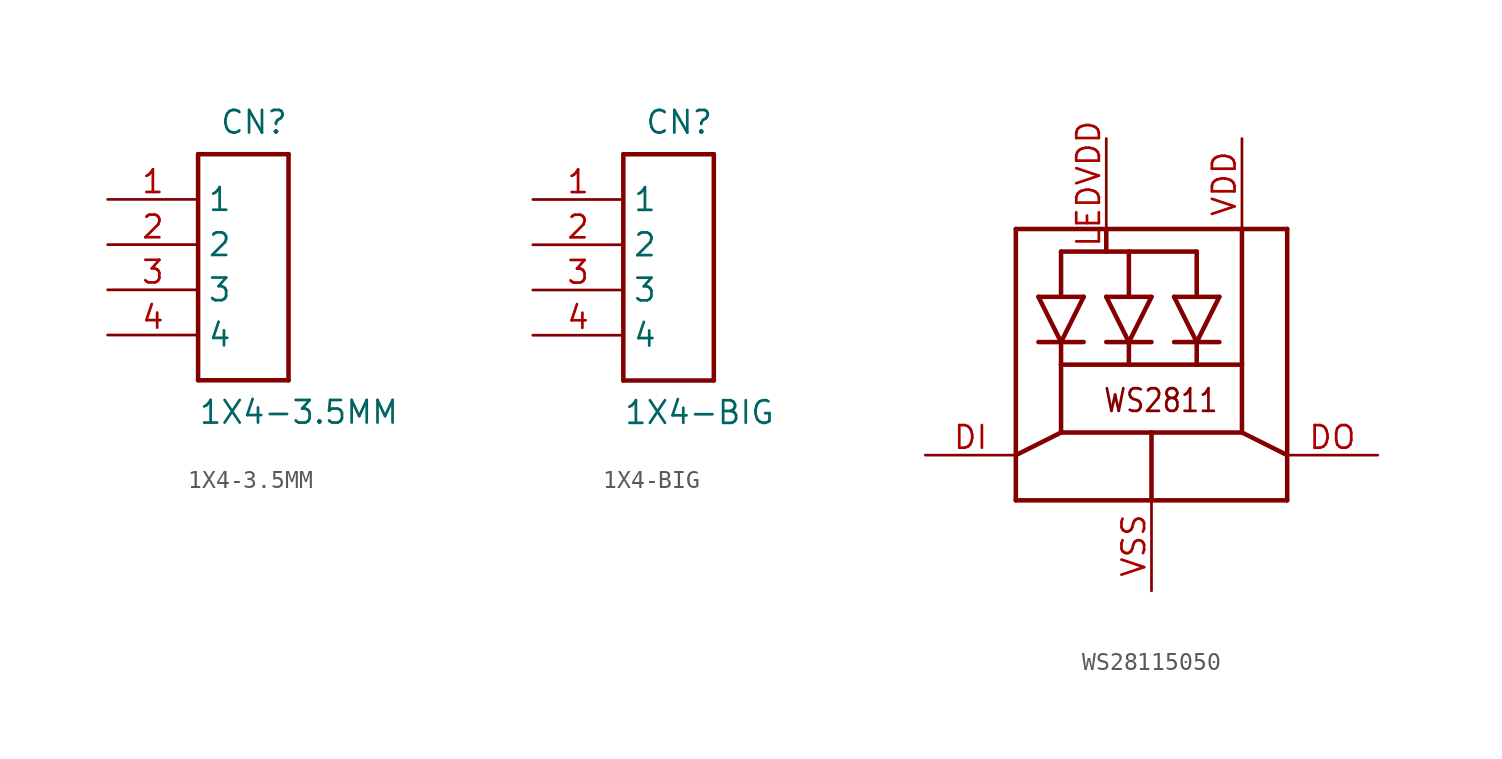
<source format=kicad_sym>
(kicad_symbol_lib
  (version 20211014)
  (generator kicad_symbol_editor)
  (symbol "1X4-3.5MM"
    (property "Reference" "CN"
      (at 5.08 7.62 0)
      (effects (font (size 1.27 1.27)) (justify right top)))
    (property "Value" "1X4-3.5MM"
      (at 0 -10.16 0)
      (effects (font (size 1.27 1.27)) (justify left bottom)))
    (property "ki_locked" ""
      (at 0 0 0)
      (effects (font (size 1.27 1.27))))
    (symbol "1X4-3.5MM_1_0"
      (polyline (pts (xy 0 -7.62) (xy 0 5.08)) (stroke (width 0.254) (type default) (color 0 0 0 0)) (fill (type none)))
      (polyline (pts (xy 0 5.08) (xy 5.08 5.08)) (stroke (width 0.254) (type default) (color 0 0 0 0)) (fill (type none)))
      (polyline (pts (xy 5.08 -7.62) (xy 0 -7.62)) (stroke (width 0.254) (type default) (color 0 0 0 0)) (fill (type none)))
      (polyline (pts (xy 5.08 5.08) (xy 5.08 -7.62)) (stroke (width 0.254) (type default) (color 0 0 0 0)) (fill (type none)))
      (pin bidirectional line (at -5.08 2.54 0) (length 5.08) (name "1" (effects (font (size 1.27 1.27)))) (number "1" (effects (font (size 1.27 1.27)))))
      (pin bidirectional line (at -5.08 0 0) (length 5.08) (name "2" (effects (font (size 1.27 1.27)))) (number "2" (effects (font (size 1.27 1.27)))))
      (pin bidirectional line (at -5.08 -2.54 0) (length 5.08) (name "3" (effects (font (size 1.27 1.27)))) (number "3" (effects (font (size 1.27 1.27)))))
      (pin bidirectional line (at -5.08 -5.08 0) (length 5.08) (name "4" (effects (font (size 1.27 1.27)))) (number "4" (effects (font (size 1.27 1.27)))))))
  (symbol "1X4-BIG"
    (property "Reference" "CN"
      (at 5.08 7.62 0)
      (effects (font (size 1.27 1.27)) (justify right top)))
    (property "Value" "1X4-BIG"
      (at 0 -10.16 0)
      (effects (font (size 1.27 1.27)) (justify left bottom)))
    (property "ki_locked" ""
      (at 0 0 0)
      (effects (font (size 1.27 1.27))))
    (symbol "1X4-BIG_1_0"
      (polyline (pts (xy 0 -7.62) (xy 0 5.08)) (stroke (width 0.254) (type default) (color 0 0 0 0)) (fill (type none)))
      (polyline (pts (xy 0 5.08) (xy 5.08 5.08)) (stroke (width 0.254) (type default) (color 0 0 0 0)) (fill (type none)))
      (polyline (pts (xy 5.08 -7.62) (xy 0 -7.62)) (stroke (width 0.254) (type default) (color 0 0 0 0)) (fill (type none)))
      (polyline (pts (xy 5.08 5.08) (xy 5.08 -7.62)) (stroke (width 0.254) (type default) (color 0 0 0 0)) (fill (type none)))
      (pin bidirectional line (at -5.08 2.54 0) (length 5.08) (name "1" (effects (font (size 1.27 1.27)))) (number "1" (effects (font (size 1.27 1.27)))))
      (pin bidirectional line (at -5.08 0 0) (length 5.08) (name "2" (effects (font (size 1.27 1.27)))) (number "2" (effects (font (size 1.27 1.27)))))
      (pin bidirectional line (at -5.08 -2.54 0) (length 5.08) (name "3" (effects (font (size 1.27 1.27)))) (number "3" (effects (font (size 1.27 1.27)))))
      (pin bidirectional line (at -5.08 -5.08 0) (length 5.08) (name "4" (effects (font (size 1.27 1.27)))) (number "4" (effects (font (size 1.27 1.27)))))))
  (symbol "WS28115050"
    (property "Reference" "LED"
      (at 0 0 0)
      (effects (font (size 1.27 1.27)) hide))
    (property "ki_locked" ""
      (at 0 0 0)
      (effects (font (size 1.27 1.27))))
    (symbol "WS28115050_1_0"
      (polyline (pts (xy -7.62 -5.08) (xy 0 -5.08)) (stroke (width 0.254) (type default) (color 0 0 0 0)) (fill (type none)))
      (polyline (pts (xy -7.62 -2.54) (xy -7.62 -5.08)) (stroke (width 0.254) (type default) (color 0 0 0 0)) (fill (type none)))
      (polyline (pts (xy -7.62 10.16) (xy -7.62 -2.54)) (stroke (width 0.254) (type default) (color 0 0 0 0)) (fill (type none)))
      (polyline (pts (xy -6.35 3.81) (xy -5.08 3.81)) (stroke (width 0.254) (type default) (color 0 0 0 0)) (fill (type none)))
      (polyline (pts (xy -6.35 6.35) (xy -5.08 6.35)) (stroke (width 0.254) (type default) (color 0 0 0 0)) (fill (type none)))
      (polyline (pts (xy -5.08 -1.27) (xy -7.62 -2.54)) (stroke (width 0.254) (type default) (color 0 0 0 0)) (fill (type none)))
      (polyline (pts (xy -5.08 -1.27) (xy 0 -1.27)) (stroke (width 0.254) (type default) (color 0 0 0 0)) (fill (type none)))
      (polyline (pts (xy -5.08 2.54) (xy -5.08 -1.27)) (stroke (width 0.254) (type default) (color 0 0 0 0)) (fill (type none)))
      (polyline (pts (xy -5.08 3.81) (xy -6.35 6.35)) (stroke (width 0.254) (type default) (color 0 0 0 0)) (fill (type none)))
      (polyline (pts (xy -5.08 3.81) (xy -5.08 2.54)) (stroke (width 0.254) (type default) (color 0 0 0 0)) (fill (type none)))
      (polyline (pts (xy -5.08 3.81) (xy -3.81 6.35)) (stroke (width 0.254) (type default) (color 0 0 0 0)) (fill (type none)))
      (polyline (pts (xy -5.08 6.35) (xy -3.81 6.35)) (stroke (width 0.254) (type default) (color 0 0 0 0)) (fill (type none)))
      (polyline (pts (xy -5.08 8.89) (xy -5.08 6.35)) (stroke (width 0.254) (type default) (color 0 0 0 0)) (fill (type none)))
      (polyline (pts (xy -3.81 3.81) (xy -5.08 3.81)) (stroke (width 0.254) (type default) (color 0 0 0 0)) (fill (type none)))
      (polyline (pts (xy -2.54 3.81) (xy -1.27 3.81)) (stroke (width 0.254) (type default) (color 0 0 0 0)) (fill (type none)))
      (polyline (pts (xy -2.54 6.35) (xy 0 6.35)) (stroke (width 0.254) (type default) (color 0 0 0 0)) (fill (type none)))
      (polyline (pts (xy -2.54 8.89) (xy -5.08 8.89)) (stroke (width 0.254) (type default) (color 0 0 0 0)) (fill (type none)))
      (polyline (pts (xy -2.54 10.16) (xy -7.62 10.16)) (stroke (width 0.254) (type default) (color 0 0 0 0)) (fill (type none)))
      (polyline (pts (xy -2.54 10.16) (xy -2.54 8.89)) (stroke (width 0.254) (type default) (color 0 0 0 0)) (fill (type none)))
      (polyline (pts (xy -1.27 2.54) (xy -5.08 2.54)) (stroke (width 0.254) (type default) (color 0 0 0 0)) (fill (type none)))
      (polyline (pts (xy -1.27 3.81) (xy -2.54 6.35)) (stroke (width 0.254) (type default) (color 0 0 0 0)) (fill (type none)))
      (polyline (pts (xy -1.27 3.81) (xy -1.27 2.54)) (stroke (width 0.254) (type default) (color 0 0 0 0)) (fill (type none)))
      (polyline (pts (xy -1.27 3.81) (xy 0 3.81)) (stroke (width 0.254) (type default) (color 0 0 0 0)) (fill (type none)))
      (polyline (pts (xy -1.27 6.35) (xy -1.27 8.89)) (stroke (width 0.254) (type default) (color 0 0 0 0)) (fill (type none)))
      (polyline (pts (xy -1.27 8.89) (xy -2.54 8.89)) (stroke (width 0.254) (type default) (color 0 0 0 0)) (fill (type none)))
      (polyline (pts (xy 0 -5.08) (xy 7.62 -5.08)) (stroke (width 0.254) (type default) (color 0 0 0 0)) (fill (type none)))
      (polyline (pts (xy 0 -1.27) (xy 0 -5.08)) (stroke (width 0.254) (type default) (color 0 0 0 0)) (fill (type none)))
      (polyline (pts (xy 0 -1.27) (xy 5.08 -1.27)) (stroke (width 0.254) (type default) (color 0 0 0 0)) (fill (type none)))
      (polyline (pts (xy 0 6.35) (xy -1.27 3.81)) (stroke (width 0.254) (type default) (color 0 0 0 0)) (fill (type none)))
      (polyline (pts (xy 1.27 6.35) (xy 2.54 3.81)) (stroke (width 0.254) (type default) (color 0 0 0 0)) (fill (type none)))
      (polyline (pts (xy 1.27 6.35) (xy 2.54 6.35)) (stroke (width 0.254) (type default) (color 0 0 0 0)) (fill (type none)))
      (polyline (pts (xy 2.54 2.54) (xy -1.27 2.54)) (stroke (width 0.254) (type default) (color 0 0 0 0)) (fill (type none)))
      (polyline (pts (xy 2.54 3.81) (xy 1.27 3.81)) (stroke (width 0.254) (type default) (color 0 0 0 0)) (fill (type none)))
      (polyline (pts (xy 2.54 3.81) (xy 2.54 2.54)) (stroke (width 0.254) (type default) (color 0 0 0 0)) (fill (type none)))
      (polyline (pts (xy 2.54 3.81) (xy 3.81 3.81)) (stroke (width 0.254) (type default) (color 0 0 0 0)) (fill (type none)))
      (polyline (pts (xy 2.54 3.81) (xy 3.81 6.35)) (stroke (width 0.254) (type default) (color 0 0 0 0)) (fill (type none)))
      (polyline (pts (xy 2.54 6.35) (xy 2.54 8.89)) (stroke (width 0.254) (type default) (color 0 0 0 0)) (fill (type none)))
      (polyline (pts (xy 2.54 8.89) (xy -1.27 8.89)) (stroke (width 0.254) (type default) (color 0 0 0 0)) (fill (type none)))
      (polyline (pts (xy 3.81 6.35) (xy 2.54 6.35)) (stroke (width 0.254) (type default) (color 0 0 0 0)) (fill (type none)))
      (polyline (pts (xy 5.08 -1.27) (xy 5.08 2.54)) (stroke (width 0.254) (type default) (color 0 0 0 0)) (fill (type none)))
      (polyline (pts (xy 5.08 -1.27) (xy 7.62 -2.54)) (stroke (width 0.254) (type default) (color 0 0 0 0)) (fill (type none)))
      (polyline (pts (xy 5.08 2.54) (xy 2.54 2.54)) (stroke (width 0.254) (type default) (color 0 0 0 0)) (fill (type none)))
      (polyline (pts (xy 5.08 10.16) (xy -2.54 10.16)) (stroke (width 0.254) (type default) (color 0 0 0 0)) (fill (type none)))
      (polyline (pts (xy 5.08 10.16) (xy 5.08 2.54)) (stroke (width 0.254) (type default) (color 0 0 0 0)) (fill (type none)))
      (polyline (pts (xy 7.62 -5.08) (xy 7.62 -2.54)) (stroke (width 0.254) (type default) (color 0 0 0 0)) (fill (type none)))
      (polyline (pts (xy 7.62 -2.54) (xy 7.62 10.16)) (stroke (width 0.254) (type default) (color 0 0 0 0)) (fill (type none)))
      (polyline (pts (xy 7.62 10.16) (xy 5.08 10.16)) (stroke (width 0.254) (type default) (color 0 0 0 0)) (fill (type none)))
      (text "WS2811" (at 3.81 1.27 0) (effects (font (size 1.27 1.079)) (justify right top)))
      (pin input line (at -12.7 -2.54 0) (length 5.08) (name "DI" (effects (font (size 0 0)))) (number "DI" (effects (font (size 1.27 1.27)))))
      (pin output line (at 12.7 -2.54 180) (length 5.08) (name "DO" (effects (font (size 0 0)))) (number "DO" (effects (font (size 1.27 1.27)))))
      (pin power_in line (at -2.54 15.24 270) (length 5.08) (name "LEDVDD" (effects (font (size 0 0)))) (number "LEDVDD" (effects (font (size 1.27 1.27)))))
      (pin power_in line (at 5.08 15.24 270) (length 5.08) (name "VDD" (effects (font (size 0 0)))) (number "VDD" (effects (font (size 1.27 1.27)))))
      (pin power_in line (at 0 -10.16 90) (length 5.08) (name "GND" (effects (font (size 0 0)))) (number "VSS" (effects (font (size 1.27 1.27))))))))
</source>
